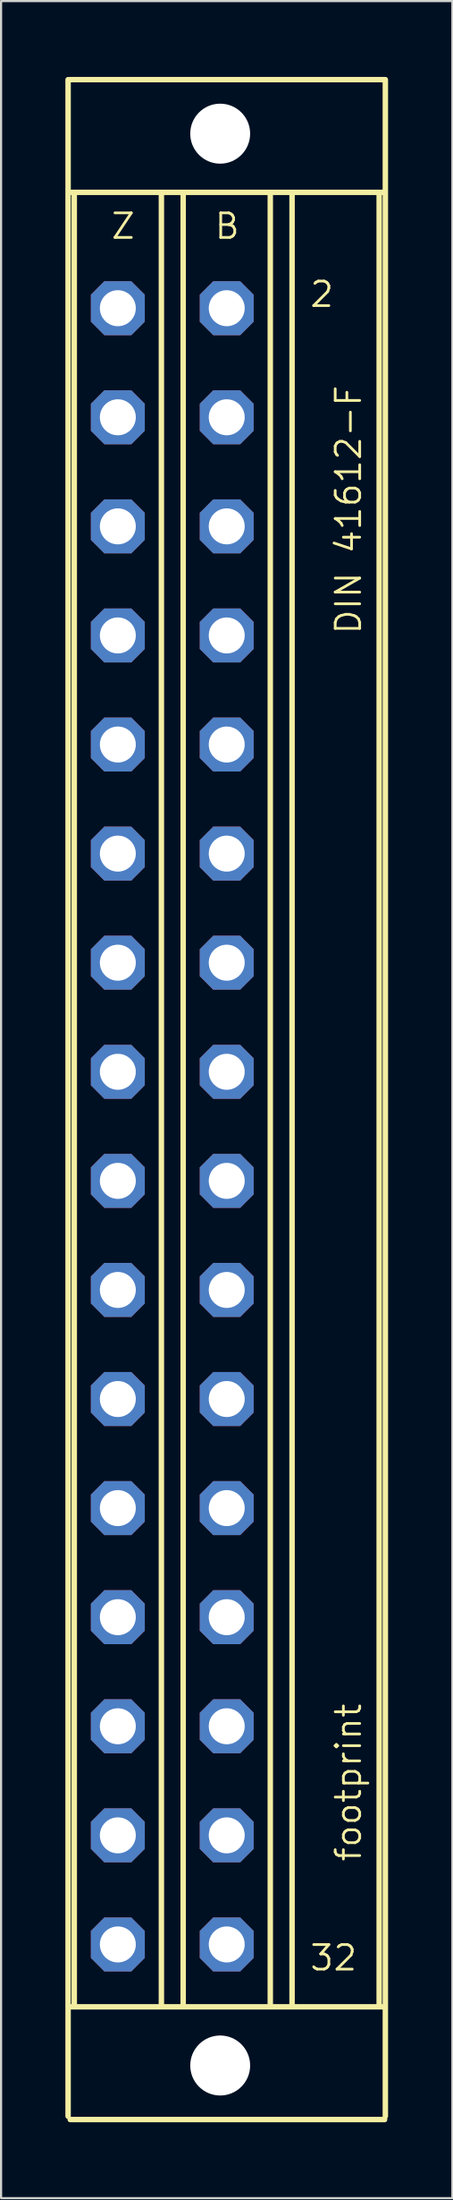
<source format=kicad_pcb>
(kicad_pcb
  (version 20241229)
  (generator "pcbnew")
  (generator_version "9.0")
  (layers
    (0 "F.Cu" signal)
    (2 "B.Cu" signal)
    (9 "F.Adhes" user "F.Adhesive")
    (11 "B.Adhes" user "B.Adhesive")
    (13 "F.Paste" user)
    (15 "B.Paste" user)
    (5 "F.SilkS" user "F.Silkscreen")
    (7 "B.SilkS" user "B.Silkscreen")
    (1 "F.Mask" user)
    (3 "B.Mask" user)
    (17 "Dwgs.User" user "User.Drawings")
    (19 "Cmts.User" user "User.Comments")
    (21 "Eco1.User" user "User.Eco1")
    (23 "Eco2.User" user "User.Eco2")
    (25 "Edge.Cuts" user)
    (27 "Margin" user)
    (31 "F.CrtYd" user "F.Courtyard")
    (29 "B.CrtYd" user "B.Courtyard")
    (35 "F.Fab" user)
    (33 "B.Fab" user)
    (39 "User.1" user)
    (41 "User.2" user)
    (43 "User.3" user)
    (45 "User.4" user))
  (footprint "footprint"
    (layer "F.Cu")
    (at 7.527 48.158)
    (property "Reference" "footprint" (at 6.35 35.56 90) (layer "F.SilkS") (effects (font (size 1.143 1.143) (thickness 0.127)) (justify left bottom)))
    (fp_line (start -7.4 47.346) (end -7.4 -47.498) (stroke (width 0.254) (type solid)) (layer "F.SilkS"))
    (fp_line (start -7.3 -47.5) (end 7.366 -47.5) (stroke (width 0.254) (type solid)) (layer "F.SilkS"))
    (fp_line (start -7.3 -42.25) (end 7.366 -42.25) (stroke (width 0.254) (type solid)) (layer "F.SilkS"))
    (fp_line (start -7.3 42.25) (end 7.366 42.25) (stroke (width 0.254) (type solid)) (layer "F.SilkS"))
    (fp_line (start -7.3 47.5) (end 7.366 47.5) (stroke (width 0.254) (type solid)) (layer "F.SilkS"))
    (fp_line (start -7.112 -42.164) (end -7.112 42.164) (stroke (width 0.254) (type solid)) (layer "F.SilkS"))
    (fp_line (start -3.048 -42.164) (end -3.048 42.164) (stroke (width 0.254) (type solid)) (layer "F.SilkS"))
    (fp_line (start -2.032 -42.164) (end -2.032 42.164) (stroke (width 0.254) (type solid)) (layer "F.SilkS"))
    (fp_line (start 2.032 -42.164) (end 2.032 42.164) (stroke (width 0.254) (type solid)) (layer "F.SilkS"))
    (fp_line (start 3.048 -42.164) (end 3.048 42.164) (stroke (width 0.254) (type solid)) (layer "F.SilkS"))
    (fp_line (start 7.112 -42.164) (end 7.112 42.164) (stroke (width 0.254) (type solid)) (layer "F.SilkS"))
    (fp_line (start 7.4 47.346) (end 7.4 -47.498) (stroke (width 0.254) (type solid)) (layer "F.SilkS"))
    (fp_text user "Z" (at -5.461 -40.005 0) (layer "F.SilkS") (effects (font (size 1.143 1.143) (thickness 0.127)) (justify left bottom)))
    (fp_text user "DIN 41612-F" (at 6.35 -21.59 90) (layer "F.SilkS") (effects (font (size 1.143 1.143) (thickness 0.127)) (justify left bottom)))
    (fp_text user "B" (at -0.635 -40.005 0) (layer "F.SilkS") (effects (font (size 1.143 1.143) (thickness 0.127)) (justify left bottom)))
    (fp_text user "32" (at 3.81 40.64 0) (layer "F.SilkS") (effects (font (size 1.143 1.143) (thickness 0.127)) (justify left bottom)))
    (fp_text user "2" (at 3.81 -36.83 0) (layer "F.SilkS") (effects (font (size 1.143 1.143) (thickness 0.127)) (justify left bottom)))
    (pad "" np_thru_hole circle (at -0.305 -44.983) (size 2.794 2.794) (drill 2.794) (layers "*.Cu" "*.Mask"))
    (pad "" np_thru_hole circle (at -0.305 44.983) (size 2.794 2.794) (drill 2.794) (layers "*.Cu" "*.Mask"))
    (pad "B2" thru_hole roundrect (at 0 -36.855) (size 2.515 2.515) (drill 1.676) (layers "*.Cu" "*.Mask") (roundrect_rratio 0.25) (chamfer_ratio 0.25) (chamfer top_left top_right bottom_left bottom_right))
    (pad "B4" thru_hole roundrect (at 0 -31.775) (size 2.515 2.515) (drill 1.676) (layers "*.Cu" "*.Mask") (roundrect_rratio 0.25) (chamfer_ratio 0.25) (chamfer top_left top_right bottom_left bottom_right))
    (pad "B6" thru_hole roundrect (at 0 -26.695) (size 2.515 2.515) (drill 1.676) (layers "*.Cu" "*.Mask") (roundrect_rratio 0.25) (chamfer_ratio 0.25) (chamfer top_left top_right bottom_left bottom_right))
    (pad "B8" thru_hole roundrect (at 0 -21.615) (size 2.515 2.515) (drill 1.676) (layers "*.Cu" "*.Mask") (roundrect_rratio 0.25) (chamfer_ratio 0.25) (chamfer top_left top_right bottom_left bottom_right))
    (pad "B10" thru_hole roundrect (at 0 -16.535) (size 2.515 2.515) (drill 1.676) (layers "*.Cu" "*.Mask") (roundrect_rratio 0.25) (chamfer_ratio 0.25) (chamfer top_left top_right bottom_left bottom_right))
    (pad "B12" thru_hole roundrect (at 0 -11.455) (size 2.515 2.515) (drill 1.676) (layers "*.Cu" "*.Mask") (roundrect_rratio 0.25) (chamfer_ratio 0.25) (chamfer top_left top_right bottom_left bottom_right))
    (pad "B14" thru_hole roundrect (at 0 -6.375) (size 2.515 2.515) (drill 1.676) (layers "*.Cu" "*.Mask") (roundrect_rratio 0.25) (chamfer_ratio 0.25) (chamfer top_left top_right bottom_left bottom_right))
    (pad "B16" thru_hole roundrect (at 0 -1.295) (size 2.515 2.515) (drill 1.676) (layers "*.Cu" "*.Mask") (roundrect_rratio 0.25) (chamfer_ratio 0.25) (chamfer top_left top_right bottom_left bottom_right))
    (pad "B18" thru_hole roundrect (at 0 3.785) (size 2.515 2.515) (drill 1.676) (layers "*.Cu" "*.Mask") (roundrect_rratio 0.25) (chamfer_ratio 0.25) (chamfer top_left top_right bottom_left bottom_right))
    (pad "B20" thru_hole roundrect (at 0 8.865) (size 2.515 2.515) (drill 1.676) (layers "*.Cu" "*.Mask") (roundrect_rratio 0.25) (chamfer_ratio 0.25) (chamfer top_left top_right bottom_left bottom_right))
    (pad "B22" thru_hole roundrect (at 0 13.945) (size 2.515 2.515) (drill 1.676) (layers "*.Cu" "*.Mask") (roundrect_rratio 0.25) (chamfer_ratio 0.25) (chamfer top_left top_right bottom_left bottom_right))
    (pad "B24" thru_hole roundrect (at 0 19.025) (size 2.515 2.515) (drill 1.676) (layers "*.Cu" "*.Mask") (roundrect_rratio 0.25) (chamfer_ratio 0.25) (chamfer top_left top_right bottom_left bottom_right))
    (pad "B26" thru_hole roundrect (at 0 24.105) (size 2.515 2.515) (drill 1.676) (layers "*.Cu" "*.Mask") (roundrect_rratio 0.25) (chamfer_ratio 0.25) (chamfer top_left top_right bottom_left bottom_right))
    (pad "B28" thru_hole roundrect (at 0 29.185) (size 2.515 2.515) (drill 1.676) (layers "*.Cu" "*.Mask") (roundrect_rratio 0.25) (chamfer_ratio 0.25) (chamfer top_left top_right bottom_left bottom_right))
    (pad "B30" thru_hole roundrect (at 0 34.265) (size 2.515 2.515) (drill 1.676) (layers "*.Cu" "*.Mask") (roundrect_rratio 0.25) (chamfer_ratio 0.25) (chamfer top_left top_right bottom_left bottom_right))
    (pad "B32" thru_hole roundrect (at 0 39.345) (size 2.515 2.515) (drill 1.676) (layers "*.Cu" "*.Mask") (roundrect_rratio 0.25) (chamfer_ratio 0.25) (chamfer top_left top_right bottom_left bottom_right))
    (pad "Z2" thru_hole roundrect (at -5.08 -36.855) (size 2.515 2.515) (drill 1.676) (layers "*.Cu" "*.Mask") (roundrect_rratio 0.25) (chamfer_ratio 0.25) (chamfer top_left top_right bottom_left bottom_right))
    (pad "Z4" thru_hole roundrect (at -5.08 -31.775) (size 2.515 2.515) (drill 1.676) (layers "*.Cu" "*.Mask") (roundrect_rratio 0.25) (chamfer_ratio 0.25) (chamfer top_left top_right bottom_left bottom_right))
    (pad "Z6" thru_hole roundrect (at -5.08 -26.695) (size 2.515 2.515) (drill 1.676) (layers "*.Cu" "*.Mask") (roundrect_rratio 0.25) (chamfer_ratio 0.25) (chamfer top_left top_right bottom_left bottom_right))
    (pad "Z8" thru_hole roundrect (at -5.08 -21.615) (size 2.515 2.515) (drill 1.676) (layers "*.Cu" "*.Mask") (roundrect_rratio 0.25) (chamfer_ratio 0.25) (chamfer top_left top_right bottom_left bottom_right))
    (pad "Z10" thru_hole roundrect (at -5.08 -16.535) (size 2.515 2.515) (drill 1.676) (layers "*.Cu" "*.Mask") (roundrect_rratio 0.25) (chamfer_ratio 0.25) (chamfer top_left top_right bottom_left bottom_right))
    (pad "Z12" thru_hole roundrect (at -5.08 -11.455) (size 2.515 2.515) (drill 1.676) (layers "*.Cu" "*.Mask") (roundrect_rratio 0.25) (chamfer_ratio 0.25) (chamfer top_left top_right bottom_left bottom_right))
    (pad "Z14" thru_hole roundrect (at -5.08 -6.375) (size 2.515 2.515) (drill 1.676) (layers "*.Cu" "*.Mask") (roundrect_rratio 0.25) (chamfer_ratio 0.25) (chamfer top_left top_right bottom_left bottom_right))
    (pad "Z16" thru_hole roundrect (at -5.08 -1.295) (size 2.515 2.515) (drill 1.676) (layers "*.Cu" "*.Mask") (roundrect_rratio 0.25) (chamfer_ratio 0.25) (chamfer top_left top_right bottom_left bottom_right))
    (pad "Z18" thru_hole roundrect (at -5.08 3.785) (size 2.515 2.515) (drill 1.676) (layers "*.Cu" "*.Mask") (roundrect_rratio 0.25) (chamfer_ratio 0.25) (chamfer top_left top_right bottom_left bottom_right))
    (pad "Z20" thru_hole roundrect (at -5.08 8.865) (size 2.515 2.515) (drill 1.676) (layers "*.Cu" "*.Mask") (roundrect_rratio 0.25) (chamfer_ratio 0.25) (chamfer top_left top_right bottom_left bottom_right))
    (pad "Z22" thru_hole roundrect (at -5.08 13.945) (size 2.515 2.515) (drill 1.676) (layers "*.Cu" "*.Mask") (roundrect_rratio 0.25) (chamfer_ratio 0.25) (chamfer top_left top_right bottom_left bottom_right))
    (pad "Z24" thru_hole roundrect (at -5.08 19.025) (size 2.515 2.515) (drill 1.676) (layers "*.Cu" "*.Mask") (roundrect_rratio 0.25) (chamfer_ratio 0.25) (chamfer top_left top_right bottom_left bottom_right))
    (pad "Z26" thru_hole roundrect (at -5.08 24.105) (size 2.515 2.515) (drill 1.676) (layers "*.Cu" "*.Mask") (roundrect_rratio 0.25) (chamfer_ratio 0.25) (chamfer top_left top_right bottom_left bottom_right))
    (pad "Z28" thru_hole roundrect (at -5.08 29.185) (size 2.515 2.515) (drill 1.676) (layers "*.Cu" "*.Mask") (roundrect_rratio 0.25) (chamfer_ratio 0.25) (chamfer top_left top_right bottom_left bottom_right))
    (pad "Z30" thru_hole roundrect (at -5.08 34.265) (size 2.515 2.515) (drill 1.676) (layers "*.Cu" "*.Mask") (roundrect_rratio 0.25) (chamfer_ratio 0.25) (chamfer top_left top_right bottom_left bottom_right))
    (pad "Z32" thru_hole roundrect (at -5.08 39.345) (size 2.515 2.515) (drill 1.676) (layers "*.Cu" "*.Mask") (roundrect_rratio 0.25) (chamfer_ratio 0.25) (chamfer top_left top_right bottom_left bottom_right))
    (zone (net_name "") (layers "F.Cu" "B.Cu") (hatch edge 0.508) (connect_pads) (min_thickness 0.254) (filled_areas_thickness no) (keepout (tracks allowed) (vias not_allowed) (pads allowed) (copperpour allowed) (footprints allowed)) (placement (enabled no)) (fill) (polygon (pts (xy 10.397 3.175) (xy 10.349 2.624) (xy 10.206 2.089) (xy 9.972 1.587) (xy 9.654 1.134) (xy 9.263 0.743) (xy 8.81 0.425) (xy 8.308 0.191) (xy 7.774 0.048) (xy 7.222 0) (xy 6.671 0.048) (xy 6.136 0.191) (xy 5.635 0.425) (xy 5.181 0.743) (xy 4.79 1.134) (xy 4.473 1.587) (xy 4.239 2.089) (xy 4.095 2.624) (xy 4.047 3.175) (xy 4.095 3.726) (xy 4.239 4.261) (xy 4.473 4.763) (xy 4.79 5.216) (xy 5.181 5.607) (xy 5.635 5.925) (xy 6.136 6.159) (xy 6.671 6.302) (xy 7.222 6.35) (xy 7.774 6.302) (xy 8.308 6.159) (xy 8.81 5.925) (xy 9.263 5.607) (xy 9.654 5.216) (xy 9.972 4.763) (xy 10.206 4.261) (xy 10.349 3.726))) (polygon (pts (xy 8.619 3.175) (xy 8.598 2.932) (xy 8.535 2.697) (xy 8.432 2.477) (xy 8.292 2.277) (xy 8.12 2.105) (xy 7.921 1.965) (xy 7.7 1.862) (xy 7.465 1.799) (xy 7.222 1.778) (xy 6.98 1.799) (xy 6.744 1.862) (xy 6.524 1.965) (xy 6.324 2.105) (xy 6.152 2.277) (xy 6.012 2.477) (xy 5.909 2.697) (xy 5.846 2.932) (xy 5.825 3.175) (xy 5.846 3.418) (xy 5.909 3.653) (xy 6.012 3.873) (xy 6.152 4.073) (xy 6.324 4.245) (xy 6.524 4.385) (xy 6.744 4.488) (xy 6.98 4.551) (xy 7.222 4.572) (xy 7.465 4.551) (xy 7.7 4.488) (xy 7.921 4.385) (xy 8.12 4.245) (xy 8.292 4.073) (xy 8.432 3.873) (xy 8.535 3.653) (xy 8.598 3.418))))
    (zone (net_name "") (layers "F.Cu" "B.Cu") (hatch edge 0.508) (connect_pads) (min_thickness 0.254) (filled_areas_thickness no) (keepout (tracks allowed) (vias not_allowed) (pads allowed) (copperpour allowed) (footprints allowed)) (placement (enabled no)) (fill) (polygon (pts (xy 10.397 93.142) (xy 10.349 92.59) (xy 10.206 92.056) (xy 9.972 91.554) (xy 9.654 91.101) (xy 9.263 90.71) (xy 8.81 90.392) (xy 8.308 90.158) (xy 7.774 90.015) (xy 7.222 89.967) (xy 6.671 90.015) (xy 6.136 90.158) (xy 5.635 90.392) (xy 5.181 90.71) (xy 4.79 91.101) (xy 4.473 91.554) (xy 4.239 92.056) (xy 4.095 92.59) (xy 4.047 93.142) (xy 4.095 93.693) (xy 4.239 94.228) (xy 4.473 94.729) (xy 4.79 95.183) (xy 5.181 95.574) (xy 5.635 95.891) (xy 6.136 96.125) (xy 6.671 96.269) (xy 7.222 96.317) (xy 7.774 96.269) (xy 8.308 96.125) (xy 8.81 95.891) (xy 9.263 95.574) (xy 9.654 95.183) (xy 9.972 94.729) (xy 10.206 94.228) (xy 10.349 93.693))) (polygon (pts (xy 8.619 93.142) (xy 8.598 92.899) (xy 8.535 92.664) (xy 8.432 92.443) (xy 8.292 92.244) (xy 8.12 92.072) (xy 7.921 91.932) (xy 7.7 91.829) (xy 7.465 91.766) (xy 7.222 91.745) (xy 6.98 91.766) (xy 6.744 91.829) (xy 6.524 91.932) (xy 6.324 92.072) (xy 6.152 92.244) (xy 6.012 92.443) (xy 5.909 92.664) (xy 5.846 92.899) (xy 5.825 93.142) (xy 5.846 93.384) (xy 5.909 93.62) (xy 6.012 93.84) (xy 6.152 94.04) (xy 6.324 94.212) (xy 6.524 94.352) (xy 6.744 94.455) (xy 6.98 94.518) (xy 7.222 94.539) (xy 7.465 94.518) (xy 7.7 94.455) (xy 7.921 94.352) (xy 8.12 94.212) (xy 8.292 94.04) (xy 8.432 93.84) (xy 8.535 93.62) (xy 8.598 93.384))))
    (zone (net_name "") (layer "B.Cu") (hatch edge 0.508) (connect_pads) (min_thickness 0.254) (filled_areas_thickness no) (keepout (tracks not_allowed) (vias not_allowed) (pads not_allowed) (copperpour not_allowed) (footprints allowed)) (placement (enabled no)) (fill) (polygon (pts (xy 10.397 3.175) (xy 10.349 2.624) (xy 10.206 2.089) (xy 9.972 1.587) (xy 9.654 1.134) (xy 9.263 0.743) (xy 8.81 0.425) (xy 8.308 0.191) (xy 7.774 0.048) (xy 7.222 0) (xy 6.671 0.048) (xy 6.136 0.191) (xy 5.635 0.425) (xy 5.181 0.743) (xy 4.79 1.134) (xy 4.473 1.587) (xy 4.239 2.089) (xy 4.095 2.624) (xy 4.047 3.175) (xy 4.095 3.726) (xy 4.239 4.261) (xy 4.473 4.763) (xy 4.79 5.216) (xy 5.181 5.607) (xy 5.635 5.925) (xy 6.136 6.159) (xy 6.671 6.302) (xy 7.222 6.35) (xy 7.774 6.302) (xy 8.308 6.159) (xy 8.81 5.925) (xy 9.263 5.607) (xy 9.654 5.216) (xy 9.972 4.763) (xy 10.206 4.261) (xy 10.349 3.726))) (polygon (pts (xy 8.619 3.175) (xy 8.598 2.932) (xy 8.535 2.697) (xy 8.432 2.477) (xy 8.292 2.277) (xy 8.12 2.105) (xy 7.921 1.965) (xy 7.7 1.862) (xy 7.465 1.799) (xy 7.222 1.778) (xy 6.98 1.799) (xy 6.744 1.862) (xy 6.524 1.965) (xy 6.324 2.105) (xy 6.152 2.277) (xy 6.012 2.477) (xy 5.909 2.697) (xy 5.846 2.932) (xy 5.825 3.175) (xy 5.846 3.418) (xy 5.909 3.653) (xy 6.012 3.873) (xy 6.152 4.073) (xy 6.324 4.245) (xy 6.524 4.385) (xy 6.744 4.488) (xy 6.98 4.551) (xy 7.222 4.572) (xy 7.465 4.551) (xy 7.7 4.488) (xy 7.921 4.385) (xy 8.12 4.245) (xy 8.292 4.073) (xy 8.432 3.873) (xy 8.535 3.653) (xy 8.598 3.418))))
    (zone (net_name "") (layer "B.Cu") (hatch edge 0.508) (connect_pads) (min_thickness 0.254) (filled_areas_thickness no) (keepout (tracks not_allowed) (vias not_allowed) (pads not_allowed) (copperpour not_allowed) (footprints allowed)) (placement (enabled no)) (fill) (polygon (pts (xy 10.397 93.142) (xy 10.349 92.59) (xy 10.206 92.056) (xy 9.972 91.554) (xy 9.654 91.101) (xy 9.263 90.71) (xy 8.81 90.392) (xy 8.308 90.158) (xy 7.774 90.015) (xy 7.222 89.967) (xy 6.671 90.015) (xy 6.136 90.158) (xy 5.635 90.392) (xy 5.181 90.71) (xy 4.79 91.101) (xy 4.473 91.554) (xy 4.239 92.056) (xy 4.095 92.59) (xy 4.047 93.142) (xy 4.095 93.693) (xy 4.239 94.228) (xy 4.473 94.729) (xy 4.79 95.183) (xy 5.181 95.574) (xy 5.635 95.891) (xy 6.136 96.125) (xy 6.671 96.269) (xy 7.222 96.317) (xy 7.774 96.269) (xy 8.308 96.125) (xy 8.81 95.891) (xy 9.263 95.574) (xy 9.654 95.183) (xy 9.972 94.729) (xy 10.206 94.228) (xy 10.349 93.693))) (polygon (pts (xy 8.619 93.142) (xy 8.598 92.899) (xy 8.535 92.664) (xy 8.432 92.443) (xy 8.292 92.244) (xy 8.12 92.072) (xy 7.921 91.932) (xy 7.7 91.829) (xy 7.465 91.766) (xy 7.222 91.745) (xy 6.98 91.766) (xy 6.744 91.829) (xy 6.524 91.932) (xy 6.324 92.072) (xy 6.152 92.244) (xy 6.012 92.443) (xy 5.909 92.664) (xy 5.846 92.899) (xy 5.825 93.142) (xy 5.846 93.384) (xy 5.909 93.62) (xy 6.012 93.84) (xy 6.152 94.04) (xy 6.324 94.212) (xy 6.524 94.352) (xy 6.744 94.455) (xy 6.98 94.518) (xy 7.222 94.539) (xy 7.465 94.518) (xy 7.7 94.455) (xy 7.921 94.352) (xy 8.12 94.212) (xy 8.292 94.04) (xy 8.432 93.84) (xy 8.535 93.62) (xy 8.598 93.384)))))
  (gr_rect
    (start -3 -3)
    (end 18.054 99.317)
    (stroke (width 0.1) (type default))
    (fill no)
    (layer "Edge.Cuts")))
</source>
